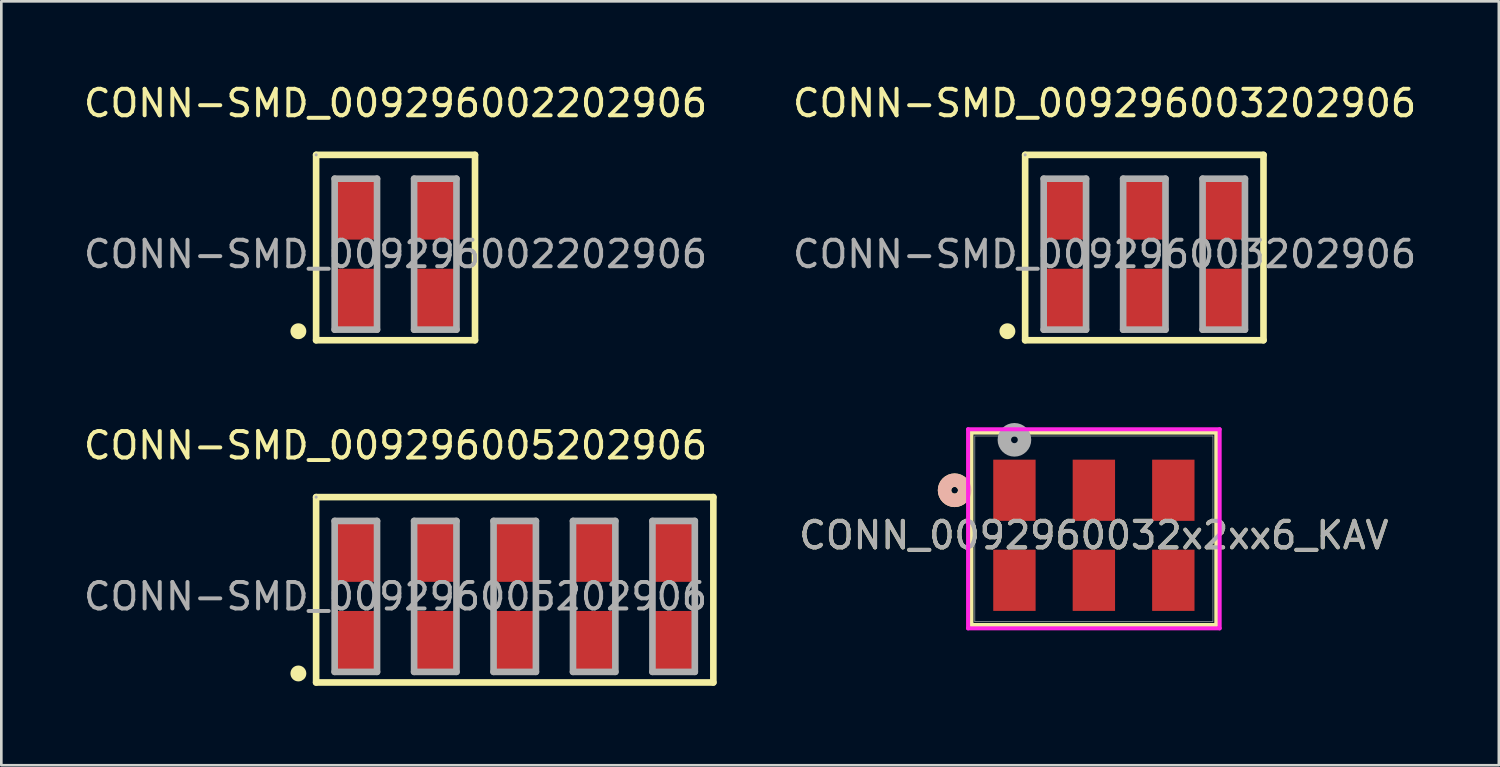
<source format=kicad_pcb>
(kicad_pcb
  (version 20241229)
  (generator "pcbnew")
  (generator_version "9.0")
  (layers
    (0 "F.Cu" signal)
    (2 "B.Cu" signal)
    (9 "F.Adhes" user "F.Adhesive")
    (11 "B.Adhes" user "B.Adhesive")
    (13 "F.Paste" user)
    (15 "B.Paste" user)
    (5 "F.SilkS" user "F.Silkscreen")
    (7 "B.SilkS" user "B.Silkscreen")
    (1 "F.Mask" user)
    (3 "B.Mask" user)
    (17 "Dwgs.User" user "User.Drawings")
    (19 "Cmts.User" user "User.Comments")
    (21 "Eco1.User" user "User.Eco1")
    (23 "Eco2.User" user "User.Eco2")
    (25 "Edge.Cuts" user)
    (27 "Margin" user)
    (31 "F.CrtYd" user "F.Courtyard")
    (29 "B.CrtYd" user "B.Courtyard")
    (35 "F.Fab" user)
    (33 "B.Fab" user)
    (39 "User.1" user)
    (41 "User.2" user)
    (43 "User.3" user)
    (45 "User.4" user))
  (footprint "CONN-SMD_009296002202906"
    (layer "F.Cu")
    (at 11.887 6.548)
    (property "Reference" "CONN-SMD_009296002202906" (at 0 -5.7 0) (layer "F.SilkS") (effects (font (size 1 1) (thickness 0.15))))
    (attr smd)
    (fp_line (start -3 -3.75) (end 3 -3.75) (stroke (width 0.25) (type solid)) (layer "F.SilkS"))
    (fp_line (start -3 3.25) (end -3 -3.75) (stroke (width 0.25) (type solid)) (layer "F.SilkS"))
    (fp_line (start 3 -3.75) (end 3 3.25) (stroke (width 0.25) (type solid)) (layer "F.SilkS"))
    (fp_line (start 3 3.25) (end -3 3.25) (stroke (width 0.25) (type solid)) (layer "F.SilkS"))
    (fp_circle (center -3.67 2.91) (end -3.52 2.91) (stroke (width 0.3) (type solid)) (fill no) (layer "F.SilkS"))
    (fp_line (start -2.3 -2.85) (end -0.7 -2.85) (stroke (width 0.25) (type solid)) (layer "F.Fab"))
    (fp_line (start -2.3 2.85) (end -2.3 -2.85) (stroke (width 0.25) (type solid)) (layer "F.Fab"))
    (fp_line (start -0.7 -2.85) (end -0.7 2.85) (stroke (width 0.25) (type solid)) (layer "F.Fab"))
    (fp_line (start -0.7 2.85) (end -2.3 2.85) (stroke (width 0.25) (type solid)) (layer "F.Fab"))
    (fp_line (start 0.7 -2.85) (end 2.3 -2.85) (stroke (width 0.25) (type solid)) (layer "F.Fab"))
    (fp_line (start 0.7 2.85) (end 0.7 -2.85) (stroke (width 0.25) (type solid)) (layer "F.Fab"))
    (fp_line (start 2.3 -2.85) (end 2.3 2.85) (stroke (width 0.25) (type solid)) (layer "F.Fab"))
    (fp_line (start 2.3 2.85) (end 0.7 2.85) (stroke (width 0.25) (type solid)) (layer "F.Fab"))
    (fp_circle (center -3 -3.75) (end -2.97 -3.75) (stroke (width 0.06) (type solid)) (fill no) (layer "F.Fab"))
    (fp_text user "${REFERENCE}" (at 0 0 0) (layer "F.Fab") (effects (font (size 1 1) (thickness 0.15))))
    (pad "1" smd rect (at -1.5 -1.7) (size 1.6 2.3) (layers "F.Cu" "F.Mask" "F.Paste"))
    (pad "1" smd rect (at -1.5 1.7) (size 1.6 2.3) (layers "F.Cu" "F.Mask" "F.Paste"))
    (pad "2" smd rect (at 1.5 -1.7) (size 1.6 2.3) (layers "F.Cu" "F.Mask" "F.Paste"))
    (pad "2" smd rect (at 1.5 1.7) (size 1.6 2.3) (layers "F.Cu" "F.Mask" "F.Paste")))
  (footprint "CONN-SMD_009296005202906"
    (layer "F.Cu")
    (at 11.887 19.471)
    (property "Reference" "CONN-SMD_009296005202906" (at 0 -5.7 0) (layer "F.SilkS") (effects (font (size 1 1) (thickness 0.15))))
    (attr smd)
    (fp_line (start -3 -3.75) (end 12 -3.75) (stroke (width 0.25) (type solid)) (layer "F.SilkS"))
    (fp_line (start -3 3.25) (end -3 -3.75) (stroke (width 0.25) (type solid)) (layer "F.SilkS"))
    (fp_line (start 12 -3.75) (end 12 3.25) (stroke (width 0.25) (type solid)) (layer "F.SilkS"))
    (fp_line (start 12 3.25) (end -3 3.25) (stroke (width 0.25) (type solid)) (layer "F.SilkS"))
    (fp_circle (center -3.67 2.91) (end -3.52 2.91) (stroke (width 0.3) (type solid)) (fill no) (layer "F.SilkS"))
    (fp_line (start -2.3 -2.85) (end -0.7 -2.85) (stroke (width 0.25) (type solid)) (layer "F.Fab"))
    (fp_line (start -2.3 2.85) (end -2.3 -2.85) (stroke (width 0.25) (type solid)) (layer "F.Fab"))
    (fp_line (start -0.7 -2.85) (end -0.7 2.85) (stroke (width 0.25) (type solid)) (layer "F.Fab"))
    (fp_line (start -0.7 2.85) (end -2.3 2.85) (stroke (width 0.25) (type solid)) (layer "F.Fab"))
    (fp_line (start 0.7 -2.85) (end 2.3 -2.85) (stroke (width 0.25) (type solid)) (layer "F.Fab"))
    (fp_line (start 0.7 2.85) (end 0.7 -2.85) (stroke (width 0.25) (type solid)) (layer "F.Fab"))
    (fp_line (start 2.3 -2.85) (end 2.3 2.85) (stroke (width 0.25) (type solid)) (layer "F.Fab"))
    (fp_line (start 2.3 2.85) (end 0.7 2.85) (stroke (width 0.25) (type solid)) (layer "F.Fab"))
    (fp_line (start 3.7 -2.85) (end 5.3 -2.85) (stroke (width 0.25) (type solid)) (layer "F.Fab"))
    (fp_line (start 3.7 2.85) (end 3.7 -2.85) (stroke (width 0.25) (type solid)) (layer "F.Fab"))
    (fp_line (start 5.3 -2.85) (end 5.3 2.85) (stroke (width 0.25) (type solid)) (layer "F.Fab"))
    (fp_line (start 5.3 2.85) (end 3.7 2.85) (stroke (width 0.25) (type solid)) (layer "F.Fab"))
    (fp_line (start 6.7 -2.85) (end 8.3 -2.85) (stroke (width 0.25) (type solid)) (layer "F.Fab"))
    (fp_line (start 6.7 2.85) (end 6.7 -2.85) (stroke (width 0.25) (type solid)) (layer "F.Fab"))
    (fp_line (start 8.3 -2.85) (end 8.3 2.85) (stroke (width 0.25) (type solid)) (layer "F.Fab"))
    (fp_line (start 8.3 2.85) (end 6.7 2.85) (stroke (width 0.25) (type solid)) (layer "F.Fab"))
    (fp_line (start 9.7 -2.85) (end 11.3 -2.85) (stroke (width 0.25) (type solid)) (layer "F.Fab"))
    (fp_line (start 9.7 2.85) (end 9.7 -2.85) (stroke (width 0.25) (type solid)) (layer "F.Fab"))
    (fp_line (start 11.3 -2.85) (end 11.3 2.85) (stroke (width 0.25) (type solid)) (layer "F.Fab"))
    (fp_line (start 11.3 2.85) (end 9.7 2.85) (stroke (width 0.25) (type solid)) (layer "F.Fab"))
    (fp_circle (center -3 -3.75) (end -2.97 -3.75) (stroke (width 0.06) (type solid)) (fill no) (layer "F.Fab"))
    (fp_text user "${REFERENCE}" (at 0 0 0) (layer "F.Fab") (effects (font (size 1 1) (thickness 0.15))))
    (pad "1" smd rect (at -1.5 -1.7) (size 1.6 2.3) (layers "F.Cu" "F.Mask" "F.Paste"))
    (pad "1" smd rect (at -1.5 1.7) (size 1.6 2.3) (layers "F.Cu" "F.Mask" "F.Paste"))
    (pad "2" smd rect (at 1.5 -1.7) (size 1.6 2.3) (layers "F.Cu" "F.Mask" "F.Paste"))
    (pad "2" smd rect (at 1.5 1.7) (size 1.6 2.3) (layers "F.Cu" "F.Mask" "F.Paste"))
    (pad "3" smd rect (at 4.5 -1.7) (size 1.6 2.3) (layers "F.Cu" "F.Mask" "F.Paste"))
    (pad "3" smd rect (at 4.5 1.7) (size 1.6 2.3) (layers "F.Cu" "F.Mask" "F.Paste"))
    (pad "4" smd rect (at 7.5 -1.7) (size 1.6 2.3) (layers "F.Cu" "F.Mask" "F.Paste"))
    (pad "4" smd rect (at 7.5 1.7) (size 1.6 2.3) (layers "F.Cu" "F.Mask" "F.Paste"))
    (pad "5" smd rect (at 10.5 -1.7) (size 1.6 2.3) (layers "F.Cu" "F.Mask" "F.Paste"))
    (pad "5" smd rect (at 10.5 1.7) (size 1.6 2.3) (layers "F.Cu" "F.Mask" "F.Paste")))
  (footprint "CONN-SMD_009296003202906"
    (layer "F.Cu")
    (at 38.661 6.548)
    (property "Reference" "CONN-SMD_009296003202906" (at 0 -5.7 0) (layer "F.SilkS") (effects (font (size 1 1) (thickness 0.15))))
    (attr smd)
    (fp_line (start -3 -3.75) (end 6 -3.75) (stroke (width 0.25) (type solid)) (layer "F.SilkS"))
    (fp_line (start -3 3.25) (end -3 -3.75) (stroke (width 0.25) (type solid)) (layer "F.SilkS"))
    (fp_line (start 6 -3.75) (end 6 3.25) (stroke (width 0.25) (type solid)) (layer "F.SilkS"))
    (fp_line (start 6 3.25) (end -3 3.25) (stroke (width 0.25) (type solid)) (layer "F.SilkS"))
    (fp_circle (center -3.67 2.91) (end -3.52 2.91) (stroke (width 0.3) (type solid)) (fill no) (layer "F.SilkS"))
    (fp_line (start -2.3 -2.85) (end -0.7 -2.85) (stroke (width 0.25) (type solid)) (layer "F.Fab"))
    (fp_line (start -2.3 2.85) (end -2.3 -2.85) (stroke (width 0.25) (type solid)) (layer "F.Fab"))
    (fp_line (start -0.7 -2.85) (end -0.7 2.85) (stroke (width 0.25) (type solid)) (layer "F.Fab"))
    (fp_line (start -0.7 2.85) (end -2.3 2.85) (stroke (width 0.25) (type solid)) (layer "F.Fab"))
    (fp_line (start 0.7 -2.85) (end 2.3 -2.85) (stroke (width 0.25) (type solid)) (layer "F.Fab"))
    (fp_line (start 0.7 2.85) (end 0.7 -2.85) (stroke (width 0.25) (type solid)) (layer "F.Fab"))
    (fp_line (start 2.3 -2.85) (end 2.3 2.85) (stroke (width 0.25) (type solid)) (layer "F.Fab"))
    (fp_line (start 2.3 2.85) (end 0.7 2.85) (stroke (width 0.25) (type solid)) (layer "F.Fab"))
    (fp_line (start 3.7 -2.85) (end 5.3 -2.85) (stroke (width 0.25) (type solid)) (layer "F.Fab"))
    (fp_line (start 3.7 2.85) (end 3.7 -2.85) (stroke (width 0.25) (type solid)) (layer "F.Fab"))
    (fp_line (start 5.3 -2.85) (end 5.3 2.85) (stroke (width 0.25) (type solid)) (layer "F.Fab"))
    (fp_line (start 5.3 2.85) (end 3.7 2.85) (stroke (width 0.25) (type solid)) (layer "F.Fab"))
    (fp_circle (center -3 -3.75) (end -2.97 -3.75) (stroke (width 0.06) (type solid)) (fill no) (layer "F.Fab"))
    (fp_text user "${REFERENCE}" (at 0 0 0) (layer "F.Fab") (effects (font (size 1 1) (thickness 0.15))))
    (pad "1" smd rect (at -1.5 -1.7) (size 1.6 2.3) (layers "F.Cu" "F.Mask" "F.Paste"))
    (pad "1" smd rect (at -1.5 1.7) (size 1.6 2.3) (layers "F.Cu" "F.Mask" "F.Paste"))
    (pad "2" smd rect (at 1.5 -1.7) (size 1.6 2.3) (layers "F.Cu" "F.Mask" "F.Paste"))
    (pad "2" smd rect (at 1.5 1.7) (size 1.6 2.3) (layers "F.Cu" "F.Mask" "F.Paste"))
    (pad "3" smd rect (at 4.5 -1.7) (size 1.6 2.3) (layers "F.Cu" "F.Mask" "F.Paste"))
    (pad "3" smd rect (at 4.5 1.7) (size 1.6 2.3) (layers "F.Cu" "F.Mask" "F.Paste")))
  (footprint "CONN_0092960032x2xx6_KAV"
    (layer "F.Cu")
    (at 38.256 16.918)
    (property "Reference" "CONN_0092960032x2xx6_KAV" (at 0 0.245 0) (unlocked yes) (layer "F.SilkS") (effects (font (size 1 1) (thickness 0.15))))
    (attr smd)
    (fp_line (start -4.623 -3.632) (end -4.623 3.632) (stroke (width 0.152) (type solid)) (layer "F.SilkS"))
    (fp_line (start -4.623 3.632) (end 4.623 3.632) (stroke (width 0.152) (type solid)) (layer "F.SilkS"))
    (fp_line (start 4.623 -3.632) (end -4.623 -3.632) (stroke (width 0.152) (type solid)) (layer "F.SilkS"))
    (fp_line (start 4.623 3.632) (end 4.623 -3.632) (stroke (width 0.152) (type solid)) (layer "F.SilkS"))
    (fp_circle (center -5.258 -1.455) (end -4.877 -1.455) (stroke (width 0.508) (type solid)) (fill no) (layer "F.SilkS"))
    (fp_circle (center -5.258 -1.455) (end -4.877 -1.455) (stroke (width 0.508) (type solid)) (fill no) (layer "B.SilkS"))
    (fp_line (start -4.75 -3.759) (end -4.75 3.759) (stroke (width 0.152) (type solid)) (layer "F.CrtYd"))
    (fp_line (start -4.75 3.759) (end 4.75 3.759) (stroke (width 0.152) (type solid)) (layer "F.CrtYd"))
    (fp_line (start 4.75 -3.759) (end -4.75 -3.759) (stroke (width 0.152) (type solid)) (layer "F.CrtYd"))
    (fp_line (start 4.75 3.759) (end 4.75 -3.759) (stroke (width 0.152) (type solid)) (layer "F.CrtYd"))
    (fp_line (start -4.496 -3.505) (end -4.496 3.505) (stroke (width 0.025) (type solid)) (layer "F.Fab"))
    (fp_line (start -4.496 3.505) (end 4.496 3.505) (stroke (width 0.025) (type solid)) (layer "F.Fab"))
    (fp_line (start 4.496 -3.505) (end -4.496 -3.505) (stroke (width 0.025) (type solid)) (layer "F.Fab"))
    (fp_line (start 4.496 3.505) (end 4.496 -3.505) (stroke (width 0.025) (type solid)) (layer "F.Fab"))
    (fp_circle (center -3 -3.36) (end -2.619 -3.36) (stroke (width 0.508) (type solid)) (fill no) (layer "F.Fab"))
    (fp_text user "${REFERENCE}" (at 0 0.245 0) (unlocked yes) (layer "F.Fab") (effects (font (size 1 1) (thickness 0.15))))
    (pad "1" smd rect (at -3 -1.455) (size 1.6 2.311) (layers "F.Cu" "F.Mask" "F.Paste"))
    (pad "2" smd rect (at -3 1.945) (size 1.6 2.311) (layers "F.Cu" "F.Mask" "F.Paste"))
    (pad "3" smd rect (at 0 -1.455) (size 1.6 2.311) (layers "F.Cu" "F.Mask" "F.Paste"))
    (pad "4" smd rect (at 0 1.945) (size 1.6 2.311) (layers "F.Cu" "F.Mask" "F.Paste"))
    (pad "5" smd rect (at 3 -1.455) (size 1.6 2.311) (layers "F.Cu" "F.Mask" "F.Paste"))
    (pad "6" smd rect (at 3 1.945) (size 1.6 2.311) (layers "F.Cu" "F.Mask" "F.Paste")))
  (gr_rect
    (start -3 -3)
    (end 53.548 25.846)
    (stroke (width 0.1) (type default))
    (fill no)
    (layer "Edge.Cuts")))
</source>
